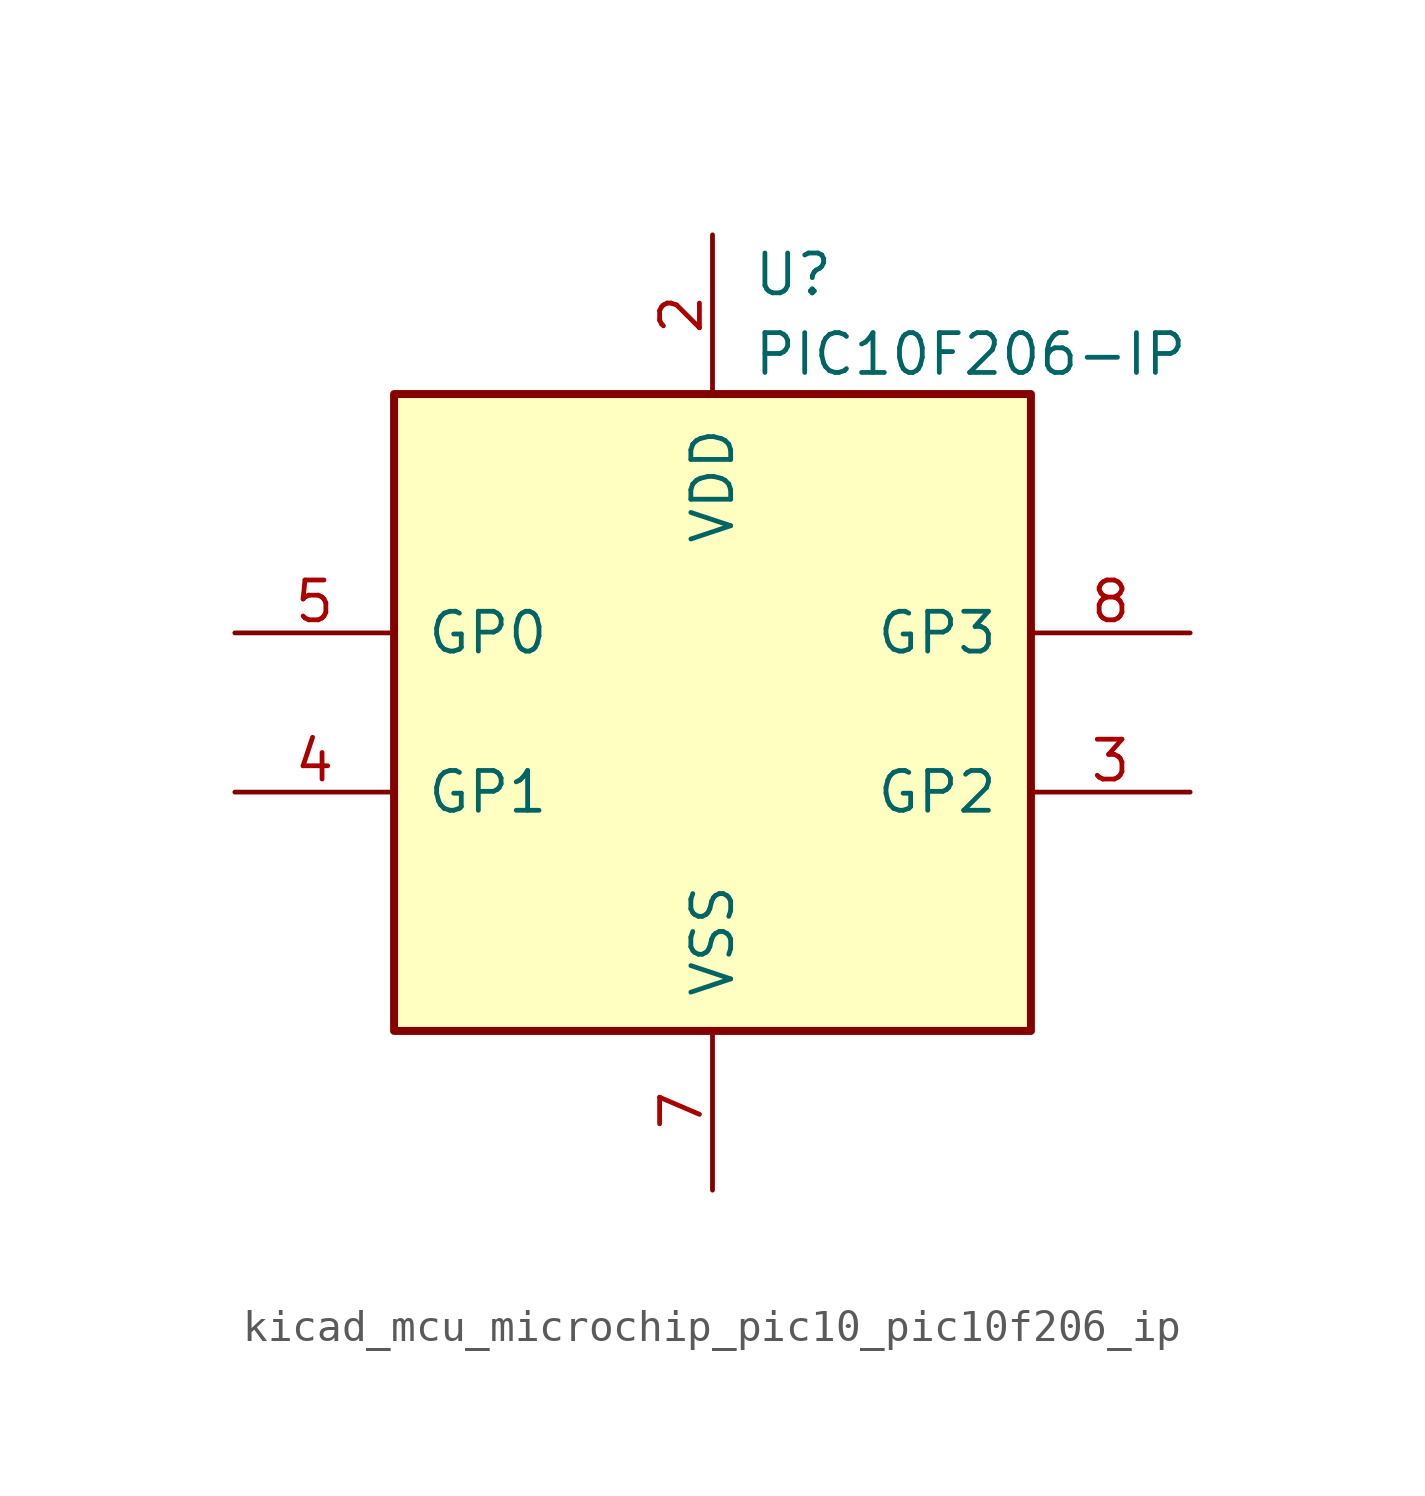
<source format=kicad_sym>
(kicad_symbol_lib
  (version 20220914)
  (generator kicad_symbol_editor)
  (symbol "kicad_mcu_microchip_pic10_pic10f206_ip"
    (pin_names
      (offset 1.016))
    (property "Reference" "U"
      (at 1.27 13.97 0)
      (effects (font (size 1.27 1.27)) (justify left)))
    (property "Value" "PIC10F206-IP"
      (at 1.27 11.43 0)
      (effects (font (size 1.27 1.27)) (justify left)))
    (symbol "kicad_mcu_microchip_pic10_pic10f206_ip_0_1"
      (rectangle (start -10.16 10.16) (end 10.16 -10.16) (stroke (width 0.254) (type default)) (fill (type background))))
    (symbol "kicad_mcu_microchip_pic10_pic10f206_ip_1_1"
      (pin power_in line (at 0 15.24 270) (length 5.08) (name "VDD" (effects (font (size 1.27 1.27)))) (number "2" (effects (font (size 1.27 1.27)))))
      (pin bidirectional line (at 15.24 -2.54 180) (length 5.08) (name "GP2" (effects (font (size 1.27 1.27)))) (number "3" (effects (font (size 1.27 1.27)))))
      (pin bidirectional line (at -15.24 -2.54 0) (length 5.08) (name "GP1" (effects (font (size 1.27 1.27)))) (number "4" (effects (font (size 1.27 1.27)))))
      (pin bidirectional line (at -15.24 2.54 0) (length 5.08) (name "GP0" (effects (font (size 1.27 1.27)))) (number "5" (effects (font (size 1.27 1.27)))))
      (pin power_in line (at 0 -15.24 90) (length 5.08) (name "VSS" (effects (font (size 1.27 1.27)))) (number "7" (effects (font (size 1.27 1.27)))))
      (pin input line (at 15.24 2.54 180) (length 5.08) (name "GP3" (effects (font (size 1.27 1.27)))) (number "8" (effects (font (size 1.27 1.27))))))))
</source>
